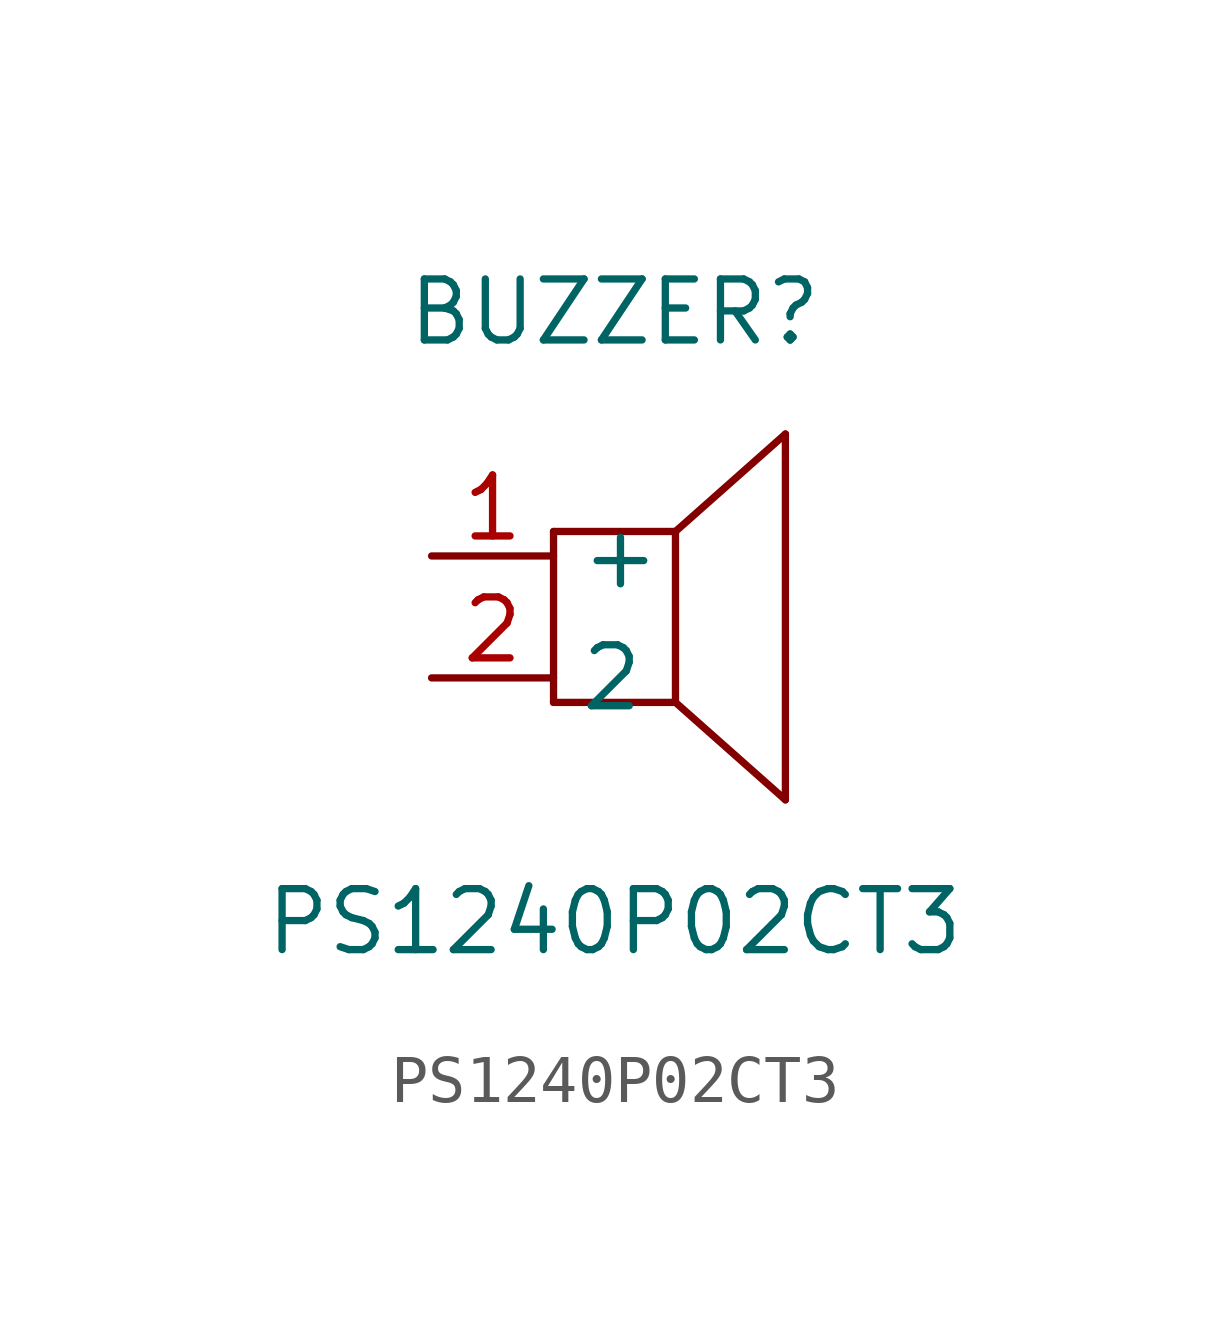
<source format=kicad_sym>
(kicad_symbol_lib
  (version 1)
  (generator "faebryk")
  (symbol "PS1240P02CT3"
    (property "Reference" "BUZZER"
      (at 0 6.35 0)
      (effects (font (size 1.27 1.27)) (hide no)))
    (property "Value" "PS1240P02CT3"
      (at 0 -6.35 0)
      (effects (font (size 1.27 1.27)) (hide no)))
    (symbol "PS1240P02CT3_0_1"
      (polyline (stroke (width 0) (type default) (color 0 0 0 0)) (fill (type none)) (pts (xy 3.56 3.81) (xy 1.27 1.78)))
      (polyline (stroke (width 0) (type default) (color 0 0 0 0)) (fill (type none)) (pts (xy 1.27 -1.78) (xy 3.56 -3.81)))
      (polyline (stroke (width 0) (type default) (color 0 0 0 0)) (fill (type none)) (pts (xy 3.56 3.81) (xy 3.56 -3.81)))
      (polyline (stroke (width 0) (type default) (color 0 0 0 0)) (fill (type none)) (pts (xy 1.27 1.78) (xy 1.27 -1.78)))
      (polyline (stroke (width 0) (type default) (color 0 0 0 0)) (fill (type none)) (pts (xy -1.27 1.78) (xy -1.27 -1.78)))
      (polyline (stroke (width 0) (type default) (color 0 0 0 0)) (fill (type none)) (pts (xy -1.27 -1.78) (xy 1.27 -1.78)))
      (polyline (stroke (width 0) (type default) (color 0 0 0 0)) (fill (type none)) (pts (xy -1.27 1.78) (xy 1.27 1.78)))
      (pin unspecified line (at -3.81 1.27 0) (length 2.54) (name "+" (effects (font (size 1.27 1.27)) (hide no))) (number "1" (effects (font (size 1.27 1.27)) (hide no))))
      (pin unspecified line (at -3.81 -1.27 0) (length 2.54) (name "2" (effects (font (size 1.27 1.27)) (hide no))) (number "2" (effects (font (size 1.27 1.27)) (hide no)))))))
</source>
